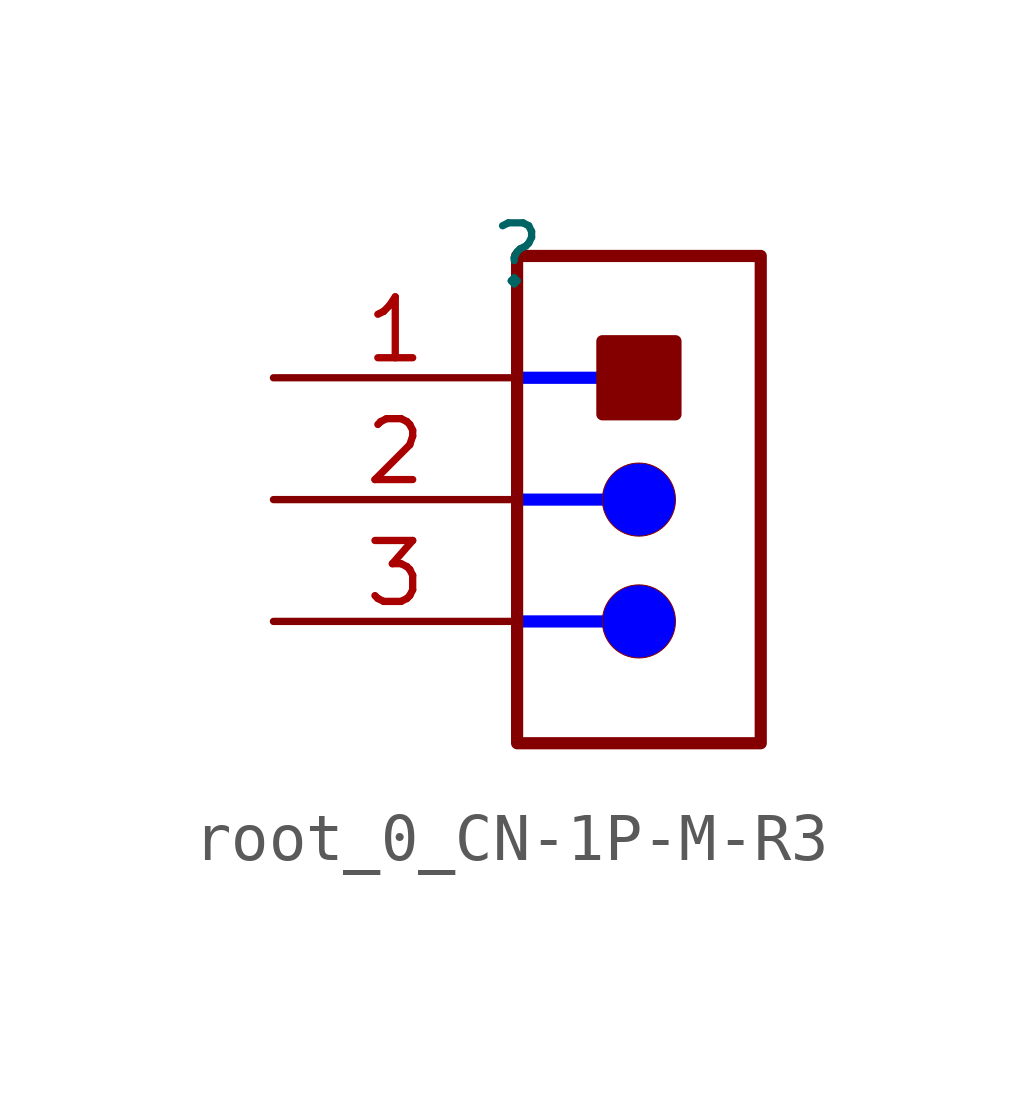
<source format=kicad_sym>
(kicad_symbol_lib
  (version 20220914)
  (generator kicad_symbol_editor)
  (symbol "root_0_CN-1P-M-R3"
    (property "Reference" ""
      (at 0 0 0)
      (effects (font (size 1.27 1.27))))
    (property "Value" ""
      (at 0 0 0)
      (effects (font (size 1.27 1.27))))
    (symbol "root_0_CN-1P-M-R3_1_0"
      (polyline (pts (xy 0 -7.62) (xy 1.778 -7.62)) (stroke (width 0.254) (type solid) (color 0 0 255 1)) (fill (type none)))
      (polyline (pts (xy 0 -5.08) (xy 1.778 -5.08)) (stroke (width 0.254) (type solid) (color 0 0 255 1)) (fill (type none)))
      (polyline (pts (xy 0 -2.54) (xy 1.778 -2.54)) (stroke (width 0.254) (type solid) (color 0 0 255 1)) (fill (type none)))
      (circle (center 2.54 -7.62) (radius 0.762) (stroke (width 0.0001) (type solid)) (fill (type color) (color 0 0 255 1)))
      (circle (center 2.54 -5.08) (radius 0.762) (stroke (width 0.0001) (type solid)) (fill (type color) (color 0 0 255 1)))
      (rectangle (start 3.302 -1.778) (end 1.778 -3.302) (stroke (width 0.254) (type solid)) (fill (type outline)))
      (rectangle (start 5.08 0) (end 0 -10.16) (stroke (width 0.254) (type solid)) (fill (type none)))
      (pin passive line (at -5.08 -2.54 0) (length 5.08) (name "1" (effects (font (size 0 0)))) (number "1" (effects (font (size 1.27 1.27)))))
      (pin passive line (at -5.08 -5.08 0) (length 5.08) (name "2" (effects (font (size 0 0)))) (number "2" (effects (font (size 1.27 1.27)))))
      (pin passive line (at -5.08 -7.62 0) (length 5.08) (name "3" (effects (font (size 0 0)))) (number "3" (effects (font (size 1.27 1.27))))))))
</source>
